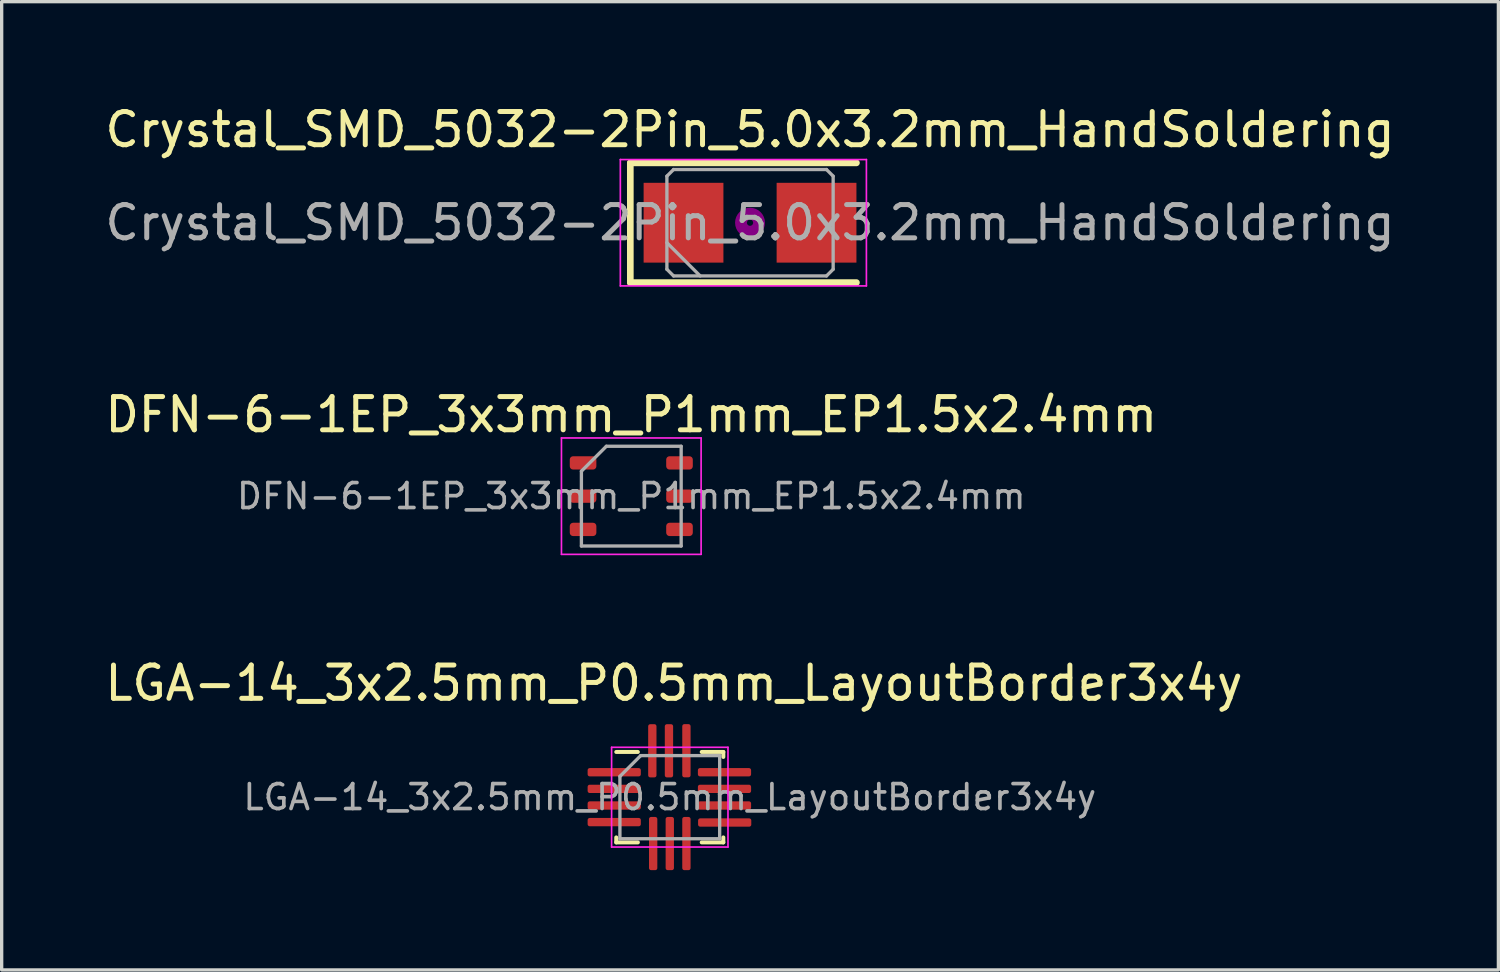
<source format=kicad_pcb>
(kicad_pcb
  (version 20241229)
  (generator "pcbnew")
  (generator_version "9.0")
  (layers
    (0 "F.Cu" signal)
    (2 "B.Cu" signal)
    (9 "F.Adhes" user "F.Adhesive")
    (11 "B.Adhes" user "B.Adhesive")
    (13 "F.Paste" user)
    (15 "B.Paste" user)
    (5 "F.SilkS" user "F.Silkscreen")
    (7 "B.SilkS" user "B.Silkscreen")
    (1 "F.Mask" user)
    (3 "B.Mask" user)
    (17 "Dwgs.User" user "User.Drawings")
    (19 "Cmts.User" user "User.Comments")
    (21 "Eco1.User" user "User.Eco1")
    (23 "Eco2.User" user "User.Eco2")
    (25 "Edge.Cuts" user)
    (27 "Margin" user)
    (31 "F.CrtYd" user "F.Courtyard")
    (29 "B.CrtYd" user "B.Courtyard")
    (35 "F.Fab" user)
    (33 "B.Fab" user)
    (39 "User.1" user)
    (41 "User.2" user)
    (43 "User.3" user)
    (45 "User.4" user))
  (footprint "LGA-14_3x2.5mm_P0.5mm_LayoutBorder3x4y"
    (layer "F.Cu")
    (at 17.093 20.924)
    (property "Reference" "LGA-14_3x2.5mm_P0.5mm_LayoutBorder3x4y" (at 0.127 -3.429 0) (layer "F.SilkS") (effects (font (size 1 1) (thickness 0.15))))
    (attr smd)
    (fp_line (start -1.61 1.36) (end -1.61 1.21) (stroke (width 0.12) (type solid)) (layer "F.SilkS"))
    (fp_line (start -0.96 -1.36) (end -1.61 -1.36) (stroke (width 0.12) (type solid)) (layer "F.SilkS"))
    (fp_line (start -0.96 1.36) (end -1.61 1.36) (stroke (width 0.12) (type solid)) (layer "F.SilkS"))
    (fp_line (start 0.96 -1.36) (end 1.61 -1.36) (stroke (width 0.12) (type solid)) (layer "F.SilkS"))
    (fp_line (start 0.96 1.36) (end 1.61 1.36) (stroke (width 0.12) (type solid)) (layer "F.SilkS"))
    (fp_line (start 1.61 -1.36) (end 1.61 -1.21) (stroke (width 0.12) (type solid)) (layer "F.SilkS"))
    (fp_line (start 1.61 1.36) (end 1.61 1.21) (stroke (width 0.12) (type solid)) (layer "F.SilkS"))
    (fp_line (start -1.75 -1.5) (end -1.75 1.5) (stroke (width 0.05) (type solid)) (layer "F.CrtYd"))
    (fp_line (start -1.75 1.5) (end 1.75 1.5) (stroke (width 0.05) (type solid)) (layer "F.CrtYd"))
    (fp_line (start 1.75 -1.5) (end -1.75 -1.5) (stroke (width 0.05) (type solid)) (layer "F.CrtYd"))
    (fp_line (start 1.75 1.5) (end 1.75 -1.5) (stroke (width 0.05) (type solid)) (layer "F.CrtYd"))
    (fp_line (start -1.5 -0.625) (end -0.875 -1.25) (stroke (width 0.1) (type solid)) (layer "F.Fab"))
    (fp_line (start -1.5 1.25) (end -1.5 -0.625) (stroke (width 0.1) (type solid)) (layer "F.Fab"))
    (fp_line (start -0.875 -1.25) (end 1.5 -1.25) (stroke (width 0.1) (type solid)) (layer "F.Fab"))
    (fp_line (start 1.5 -1.25) (end 1.5 1.25) (stroke (width 0.1) (type solid)) (layer "F.Fab"))
    (fp_line (start 1.5 1.25) (end -1.5 1.25) (stroke (width 0.1) (type solid)) (layer "F.Fab"))
    (fp_text user "${REFERENCE}" (at 0 0 0) (layer "F.Fab") (effects (font (size 0.75 0.75) (thickness 0.11))))
    (pad "1" smd roundrect (at -1.671 -0.75) (size 1.6 0.25) (layers "F.Cu" "F.Mask" "F.Paste") (roundrect_rratio 0.25))
    (pad "2" smd roundrect (at -1.671 -0.25) (size 1.6 0.25) (layers "F.Cu" "F.Mask" "F.Paste") (roundrect_rratio 0.25))
    (pad "3" smd roundrect (at -1.671 0.25) (size 1.6 0.25) (layers "F.Cu" "F.Mask" "F.Paste") (roundrect_rratio 0.25))
    (pad "4" smd roundrect (at -1.671 0.75) (size 1.6 0.25) (layers "F.Cu" "F.Mask" "F.Paste") (roundrect_rratio 0.25))
    (pad "5" smd roundrect (at -0.5 1.395) (size 0.25 1.6) (layers "F.Cu" "F.Mask" "F.Paste") (roundrect_rratio 0.25))
    (pad "6" smd roundrect (at 0 1.395) (size 0.25 1.6) (layers "F.Cu" "F.Mask" "F.Paste") (roundrect_rratio 0.25))
    (pad "7" smd roundrect (at 0.5 1.395) (size 0.25 1.6) (layers "F.Cu" "F.Mask" "F.Paste") (roundrect_rratio 0.25))
    (pad "8" smd roundrect (at 1.651 0.762) (size 1.6 0.25) (layers "F.Cu" "F.Mask" "F.Paste") (roundrect_rratio 0.25))
    (pad "9" smd roundrect (at 1.645 0.25) (size 1.6 0.25) (layers "F.Cu" "F.Mask" "F.Paste") (roundrect_rratio 0.25))
    (pad "10" smd roundrect (at 1.645 -0.25) (size 1.6 0.25) (layers "F.Cu" "F.Mask" "F.Paste") (roundrect_rratio 0.25))
    (pad "11" smd roundrect (at 1.645 -0.75) (size 1.6 0.25) (layers "F.Cu" "F.Mask" "F.Paste") (roundrect_rratio 0.25))
    (pad "12" smd roundrect (at 0.5 -1.397) (size 0.25 1.6) (layers "F.Cu" "F.Mask" "F.Paste") (roundrect_rratio 0.25))
    (pad "13" smd roundrect (at -0.025 -1.395) (size 0.25 1.6) (layers "F.Cu" "F.Mask" "F.Paste") (roundrect_rratio 0.25))
    (pad "14" smd roundrect (at -0.525 -1.395) (size 0.25 1.6) (layers "F.Cu" "F.Mask" "F.Paste") (roundrect_rratio 0.25)))
  (footprint "Crystal_SMD_5032-2Pin_5.0x3.2mm_HandSoldering"
    (layer "F.Cu")
    (at 19.506 3.648)
    (property "Reference" "Crystal_SMD_5032-2Pin_5.0x3.2mm_HandSoldering" (at 0 -2.8 0) (layer "F.SilkS") (effects (font (size 1 1) (thickness 0.15))))
    (attr smd)
    (fp_line (start -3.6 -1.8) (end -3.6 1.8) (stroke (width 0.2) (type solid)) (layer "F.SilkS"))
    (fp_line (start -3.6 1.8) (end 3.2 1.8) (stroke (width 0.2) (type solid)) (layer "F.SilkS"))
    (fp_line (start 3.2 -1.8) (end -3.6 -1.8) (stroke (width 0.2) (type solid)) (layer "F.SilkS"))
    (fp_circle (center 0 0) (end 0.093 0) (stroke (width 0.187) (type solid)) (fill no) (layer "F.Adhes"))
    (fp_circle (center 0 0) (end 0.213 0) (stroke (width 0.133) (type solid)) (fill no) (layer "F.Adhes"))
    (fp_circle (center 0 0) (end 0.333 0) (stroke (width 0.133) (type solid)) (fill no) (layer "F.Adhes"))
    (fp_circle (center 0 0) (end 0.4 0) (stroke (width 0.1) (type solid)) (fill no) (layer "F.Adhes"))
    (fp_line (start -3.9 -1.9) (end -3.9 1.9) (stroke (width 0.05) (type solid)) (layer "F.CrtYd"))
    (fp_line (start -3.9 1.9) (end 3.5 1.9) (stroke (width 0.05) (type solid)) (layer "F.CrtYd"))
    (fp_line (start 3.5 -1.9) (end -3.9 -1.9) (stroke (width 0.05) (type solid)) (layer "F.CrtYd"))
    (fp_line (start 3.5 1.9) (end 3.5 -1.9) (stroke (width 0.05) (type solid)) (layer "F.CrtYd"))
    (fp_line (start -2.5 -1.4) (end -2.3 -1.6) (stroke (width 0.1) (type solid)) (layer "F.Fab"))
    (fp_line (start -2.5 0.6) (end -1.5 1.6) (stroke (width 0.1) (type solid)) (layer "F.Fab"))
    (fp_line (start -2.5 1.4) (end -2.5 -1.4) (stroke (width 0.1) (type solid)) (layer "F.Fab"))
    (fp_line (start -2.3 -1.6) (end 2.3 -1.6) (stroke (width 0.1) (type solid)) (layer "F.Fab"))
    (fp_line (start -2.3 1.6) (end -2.5 1.4) (stroke (width 0.1) (type solid)) (layer "F.Fab"))
    (fp_line (start 2.3 -1.6) (end 2.5 -1.4) (stroke (width 0.1) (type solid)) (layer "F.Fab"))
    (fp_line (start 2.3 1.6) (end -2.3 1.6) (stroke (width 0.1) (type solid)) (layer "F.Fab"))
    (fp_line (start 2.5 -1.4) (end 2.5 1.4) (stroke (width 0.1) (type solid)) (layer "F.Fab"))
    (fp_line (start 2.5 1.4) (end 2.3 1.6) (stroke (width 0.1) (type solid)) (layer "F.Fab"))
    (fp_text user "${REFERENCE}" (at 0 0 0) (layer "F.Fab") (effects (font (size 1 1) (thickness 0.15))))
    (pad "1" smd rect (at -2 0) (size 2.4 2.4) (layers "F.Cu" "F.Mask" "F.Paste"))
    (pad "2" smd rect (at 2 0) (size 2.4 2.4) (layers "F.Cu" "F.Mask" "F.Paste")))
  (footprint "DFN-6-1EP_3x3mm_P1mm_EP1.5x2.4mm"
    (layer "F.Cu")
    (at 15.935 11.871)
    (property "Reference" "DFN-6-1EP_3x3mm_P1mm_EP1.5x2.4mm" (at 0 -2.45 0) (layer "F.SilkS") (effects (font (size 1 1) (thickness 0.15))))
    (attr smd)
    (fp_line (start -2.1 -1.75) (end -2.1 1.75) (stroke (width 0.05) (type solid)) (layer "F.CrtYd"))
    (fp_line (start -2.1 1.75) (end 2.1 1.75) (stroke (width 0.05) (type solid)) (layer "F.CrtYd"))
    (fp_line (start 2.1 -1.75) (end -2.1 -1.75) (stroke (width 0.05) (type solid)) (layer "F.CrtYd"))
    (fp_line (start 2.1 1.75) (end 2.1 -1.75) (stroke (width 0.05) (type solid)) (layer "F.CrtYd"))
    (fp_line (start -1.5 -0.75) (end -0.75 -1.5) (stroke (width 0.1) (type solid)) (layer "F.Fab"))
    (fp_line (start -1.5 1.5) (end -1.5 -0.75) (stroke (width 0.1) (type solid)) (layer "F.Fab"))
    (fp_line (start -0.75 -1.5) (end 1.5 -1.5) (stroke (width 0.1) (type solid)) (layer "F.Fab"))
    (fp_line (start 1.5 -1.5) (end 1.5 1.5) (stroke (width 0.1) (type solid)) (layer "F.Fab"))
    (fp_line (start 1.5 1.5) (end -1.5 1.5) (stroke (width 0.1) (type solid)) (layer "F.Fab"))
    (fp_text user "${REFERENCE}" (at 0 0 0) (layer "F.Fab") (effects (font (size 0.75 0.75) (thickness 0.11))))
    (pad "1" smd roundrect (at -1.45 -1) (size 0.8 0.4) (layers "F.Cu" "F.Mask" "F.Paste") (roundrect_rratio 0.25))
    (pad "2" smd roundrect (at -1.45 0) (size 0.8 0.4) (layers "F.Cu" "F.Mask" "F.Paste") (roundrect_rratio 0.25))
    (pad "3" smd roundrect (at -1.45 1) (size 0.8 0.4) (layers "F.Cu" "F.Mask" "F.Paste") (roundrect_rratio 0.25))
    (pad "4" smd roundrect (at 1.45 1) (size 0.8 0.4) (layers "F.Cu" "F.Mask" "F.Paste") (roundrect_rratio 0.25))
    (pad "5" smd roundrect (at 1.45 0) (size 0.8 0.4) (layers "F.Cu" "F.Mask" "F.Paste") (roundrect_rratio 0.25))
    (pad "6" smd roundrect (at 1.45 -1) (size 0.8 0.4) (layers "F.Cu" "F.Mask" "F.Paste") (roundrect_rratio 0.25)))
  (gr_rect
    (start -3 -3)
    (end 42.012 26.119)
    (stroke (width 0.1) (type default))
    (fill no)
    (layer "Edge.Cuts")))
</source>
